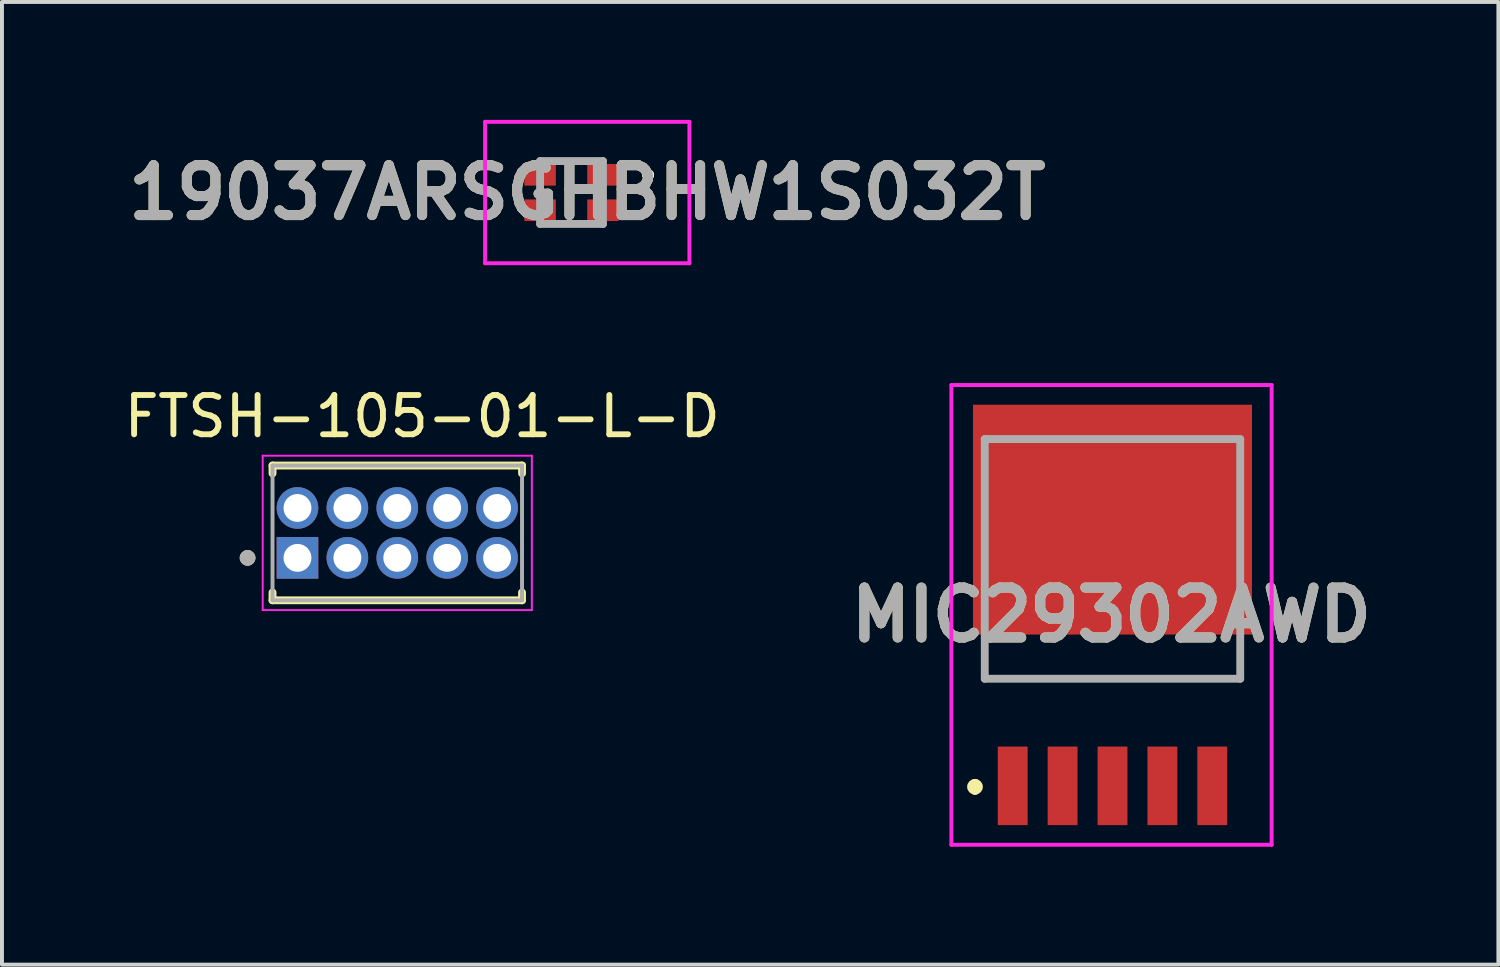
<source format=kicad_pcb>
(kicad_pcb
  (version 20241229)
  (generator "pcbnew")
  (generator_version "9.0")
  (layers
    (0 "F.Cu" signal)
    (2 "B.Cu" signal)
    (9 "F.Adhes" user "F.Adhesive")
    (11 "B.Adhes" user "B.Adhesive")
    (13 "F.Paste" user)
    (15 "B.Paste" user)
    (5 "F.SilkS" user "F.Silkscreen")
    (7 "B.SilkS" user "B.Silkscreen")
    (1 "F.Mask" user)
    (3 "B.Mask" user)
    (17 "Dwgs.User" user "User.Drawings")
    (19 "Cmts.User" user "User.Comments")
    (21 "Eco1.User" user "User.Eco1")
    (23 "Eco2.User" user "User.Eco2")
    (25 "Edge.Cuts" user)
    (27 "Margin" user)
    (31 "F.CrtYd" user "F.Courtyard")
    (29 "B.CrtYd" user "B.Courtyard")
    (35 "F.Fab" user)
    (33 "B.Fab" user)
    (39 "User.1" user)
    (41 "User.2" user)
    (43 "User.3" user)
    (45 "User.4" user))
  (footprint "19037ARSGHBHW1S032T"
    (layer "F.Cu")
    (at 11.496 1.85)
    (property "Reference" "19037ARSGHBHW1S032T" (at 0.4 0 0) (layer "F.SilkS") (effects (font (size 1.27 1.27) (thickness 0.254))))
    (attr smd)
    (fp_line (start 1.9 -0.45) (end 1.9 -0.45) (stroke (width 0.2) (type solid)) (layer "F.SilkS"))
    (fp_line (start 1.9 -0.45) (end 1.9 -0.45) (stroke (width 0.2) (type solid)) (layer "F.SilkS"))
    (fp_line (start 2 -0.45) (end 2 -0.45) (stroke (width 0.2) (type solid)) (layer "F.SilkS"))
    (fp_arc (start 1.9 -0.45) (mid 1.95 -0.5) (end 2 -0.45) (stroke (width 0.2) (type solid)) (layer "F.SilkS"))
    (fp_arc (start 2 -0.45) (mid 1.95 -0.4) (end 1.9 -0.45) (stroke (width 0.2) (type solid)) (layer "F.SilkS"))
    (fp_arc (start 2 -0.45) (mid 1.95 -0.4) (end 1.9 -0.45) (stroke (width 0.2) (type solid)) (layer "F.SilkS"))
    (fp_line (start -2.2 -1.8) (end 3 -1.8) (stroke (width 0.1) (type solid)) (layer "F.CrtYd"))
    (fp_line (start -2.2 1.8) (end -2.2 -1.8) (stroke (width 0.1) (type solid)) (layer "F.CrtYd"))
    (fp_line (start 3 -1.8) (end 3 1.8) (stroke (width 0.1) (type solid)) (layer "F.CrtYd"))
    (fp_line (start 3 1.8) (end -2.2 1.8) (stroke (width 0.1) (type solid)) (layer "F.CrtYd"))
    (fp_line (start -0.8 -0.8) (end -0.8 0.8) (stroke (width 0.2) (type solid)) (layer "F.Fab"))
    (fp_line (start -0.8 0.8) (end 0.8 0.8) (stroke (width 0.2) (type solid)) (layer "F.Fab"))
    (fp_line (start 0.8 -0.8) (end -0.8 -0.8) (stroke (width 0.2) (type solid)) (layer "F.Fab"))
    (fp_line (start 0.8 0.8) (end 0.8 -0.8) (stroke (width 0.2) (type solid)) (layer "F.Fab"))
    (fp_text user "${REFERENCE}" (at 0.4 0 0) (layer "F.Fab") (effects (font (size 1.27 1.27) (thickness 0.254))))
    (pad "1" smd rect (at 0.8 -0.45 90) (size 0.55 0.8) (layers "F.Cu" "F.Mask" "F.Paste"))
    (pad "2" smd rect (at -0.8 -0.45 90) (size 0.55 0.8) (layers "F.Cu" "F.Mask" "F.Paste"))
    (pad "3" smd rect (at -0.8 0.45 90) (size 0.55 0.8) (layers "F.Cu" "F.Mask" "F.Paste"))
    (pad "4" smd rect (at 0.8 0.45 90) (size 0.55 0.8) (layers "F.Cu" "F.Mask" "F.Paste")))
  (footprint "FTSH-105-01-L-D"
    (layer "F.Cu")
    (at 4.521 11.148)
    (property "Reference" "FTSH-105-01-L-D" (at 3.175 -3.6 0) (layer "F.SilkS") (effects (font (size 1 1) (thickness 0.15))))
    (attr through_hole)
    (fp_line (start -0.635 -2.35) (end -0.635 -2.15) (stroke (width 0.2) (type solid)) (layer "F.SilkS"))
    (fp_line (start -0.635 -2.35) (end 5.715 -2.35) (stroke (width 0.2) (type solid)) (layer "F.SilkS"))
    (fp_line (start -0.635 1.08) (end -0.635 0.88) (stroke (width 0.2) (type solid)) (layer "F.SilkS"))
    (fp_line (start -0.635 1.08) (end 5.715 1.08) (stroke (width 0.2) (type solid)) (layer "F.SilkS"))
    (fp_line (start 5.715 -2.35) (end 5.715 -2.15) (stroke (width 0.2) (type solid)) (layer "F.SilkS"))
    (fp_line (start 5.715 1.08) (end 5.715 0.88) (stroke (width 0.2) (type solid)) (layer "F.SilkS"))
    (fp_circle (center -1.27 0) (end -1.17 0) (stroke (width 0.2) (type solid)) (fill no) (layer "F.SilkS"))
    (fp_line (start -0.885 -2.6) (end -0.885 1.33) (stroke (width 0.05) (type solid)) (layer "F.CrtYd"))
    (fp_line (start -0.885 -2.6) (end 5.965 -2.6) (stroke (width 0.05) (type solid)) (layer "F.CrtYd"))
    (fp_line (start 5.965 -2.6) (end 5.965 1.33) (stroke (width 0.05) (type solid)) (layer "F.CrtYd"))
    (fp_line (start 5.965 1.33) (end -0.885 1.33) (stroke (width 0.05) (type solid)) (layer "F.CrtYd"))
    (fp_line (start -0.635 -2.35) (end -0.635 1.08) (stroke (width 0.1) (type solid)) (layer "F.Fab"))
    (fp_line (start -0.635 -2.35) (end 5.715 -2.35) (stroke (width 0.1) (type solid)) (layer "F.Fab"))
    (fp_line (start -0.635 1.08) (end 5.715 1.08) (stroke (width 0.1) (type solid)) (layer "F.Fab"))
    (fp_line (start 5.715 -2.35) (end 5.715 1.08) (stroke (width 0.1) (type solid)) (layer "F.Fab"))
    (fp_circle (center -1.27 0) (end -1.17 0) (stroke (width 0.2) (type solid)) (fill no) (layer "F.Fab"))
    (pad "01" thru_hole rect (at 0 0) (size 1.06 1.06) (drill 0.71) (layers "*.Cu" "*.Mask"))
    (pad "02" thru_hole circle (at 0 -1.27) (size 1.06 1.06) (drill 0.71) (layers "*.Cu" "*.Mask"))
    (pad "03" thru_hole circle (at 1.27 0) (size 1.06 1.06) (drill 0.71) (layers "*.Cu" "*.Mask"))
    (pad "04" thru_hole circle (at 1.27 -1.27) (size 1.06 1.06) (drill 0.71) (layers "*.Cu" "*.Mask"))
    (pad "05" thru_hole circle (at 2.54 0) (size 1.06 1.06) (drill 0.71) (layers "*.Cu" "*.Mask"))
    (pad "06" thru_hole circle (at 2.54 -1.27) (size 1.06 1.06) (drill 0.71) (layers "*.Cu" "*.Mask"))
    (pad "07" thru_hole circle (at 3.81 0) (size 1.06 1.06) (drill 0.71) (layers "*.Cu" "*.Mask"))
    (pad "08" thru_hole circle (at 3.81 -1.27) (size 1.06 1.06) (drill 0.71) (layers "*.Cu" "*.Mask"))
    (pad "09" thru_hole circle (at 5.08 0) (size 1.06 1.06) (drill 0.71) (layers "*.Cu" "*.Mask"))
    (pad "10" thru_hole circle (at 5.08 -1.27) (size 1.06 1.06) (drill 0.71) (layers "*.Cu" "*.Mask")))
  (footprint "MIC29302AWD"
    (layer "F.Cu")
    (at 25.264 10.175)
    (property "Reference" "MIC29302AWD" (at -0.025 2.425 0) (layer "F.SilkS") (effects (font (size 1.27 1.27) (thickness 0.254))))
    (attr smd)
    (fp_line (start -3.5 6.7) (end -3.5 6.7) (stroke (width 0.2) (type solid)) (layer "F.SilkS"))
    (fp_line (start -3.5 6.9) (end -3.5 6.9) (stroke (width 0.2) (type solid)) (layer "F.SilkS"))
    (fp_line (start -3.251 3.5) (end -3.251 4.05) (stroke (width 0.1) (type solid)) (layer "F.SilkS"))
    (fp_line (start -3.251 4.05) (end 3.251 4.05) (stroke (width 0.1) (type solid)) (layer "F.SilkS"))
    (fp_line (start 3.251 4.05) (end 3.251 3.5) (stroke (width 0.1) (type solid)) (layer "F.SilkS"))
    (fp_arc (start -3.5 6.7) (mid -3.4 6.8) (end -3.5 6.9) (stroke (width 0.2) (type solid)) (layer "F.SilkS"))
    (fp_arc (start -3.5 6.9) (mid -3.6 6.8) (end -3.5 6.7) (stroke (width 0.2) (type solid)) (layer "F.SilkS"))
    (fp_line (start -4.1 -3.425) (end 4.05 -3.425) (stroke (width 0.1) (type solid)) (layer "F.CrtYd"))
    (fp_line (start -4.1 8.275) (end -4.1 -3.425) (stroke (width 0.1) (type solid)) (layer "F.CrtYd"))
    (fp_line (start 4.05 -3.425) (end 4.05 8.275) (stroke (width 0.1) (type solid)) (layer "F.CrtYd"))
    (fp_line (start 4.05 8.275) (end -4.1 8.275) (stroke (width 0.1) (type solid)) (layer "F.CrtYd"))
    (fp_line (start -3.251 -2.05) (end 3.251 -2.05) (stroke (width 0.2) (type solid)) (layer "F.Fab"))
    (fp_line (start -3.251 4.05) (end -3.251 -2.05) (stroke (width 0.2) (type solid)) (layer "F.Fab"))
    (fp_line (start 3.251 -2.05) (end 3.251 4.05) (stroke (width 0.2) (type solid)) (layer "F.Fab"))
    (fp_line (start 3.251 4.05) (end -3.251 4.05) (stroke (width 0.2) (type solid)) (layer "F.Fab"))
    (fp_text user "${REFERENCE}" (at -0.025 2.425 0) (layer "F.Fab") (effects (font (size 1.27 1.27) (thickness 0.254))))
    (pad "1" smd rect (at -2.54 6.775) (size 0.76 2) (layers "F.Cu" "F.Mask" "F.Paste"))
    (pad "2" smd rect (at -1.27 6.775) (size 0.76 2) (layers "F.Cu" "F.Mask" "F.Paste"))
    (pad "3" smd rect (at 0 6.775) (size 0.76 2) (layers "F.Cu" "F.Mask" "F.Paste"))
    (pad "4" smd rect (at 1.27 6.775) (size 0.76 2) (layers "F.Cu" "F.Mask" "F.Paste"))
    (pad "5" smd rect (at 2.54 6.775) (size 0.76 2) (layers "F.Cu" "F.Mask" "F.Paste"))
    (pad "6" smd rect (at 0 0 90) (size 5.85 7.1) (layers "F.Cu" "F.Mask" "F.Paste")))
  (gr_rect
    (start -3 -3)
    (end 35.085 21.5)
    (stroke (width 0.1) (type default))
    (fill no)
    (layer "Edge.Cuts")))
</source>
